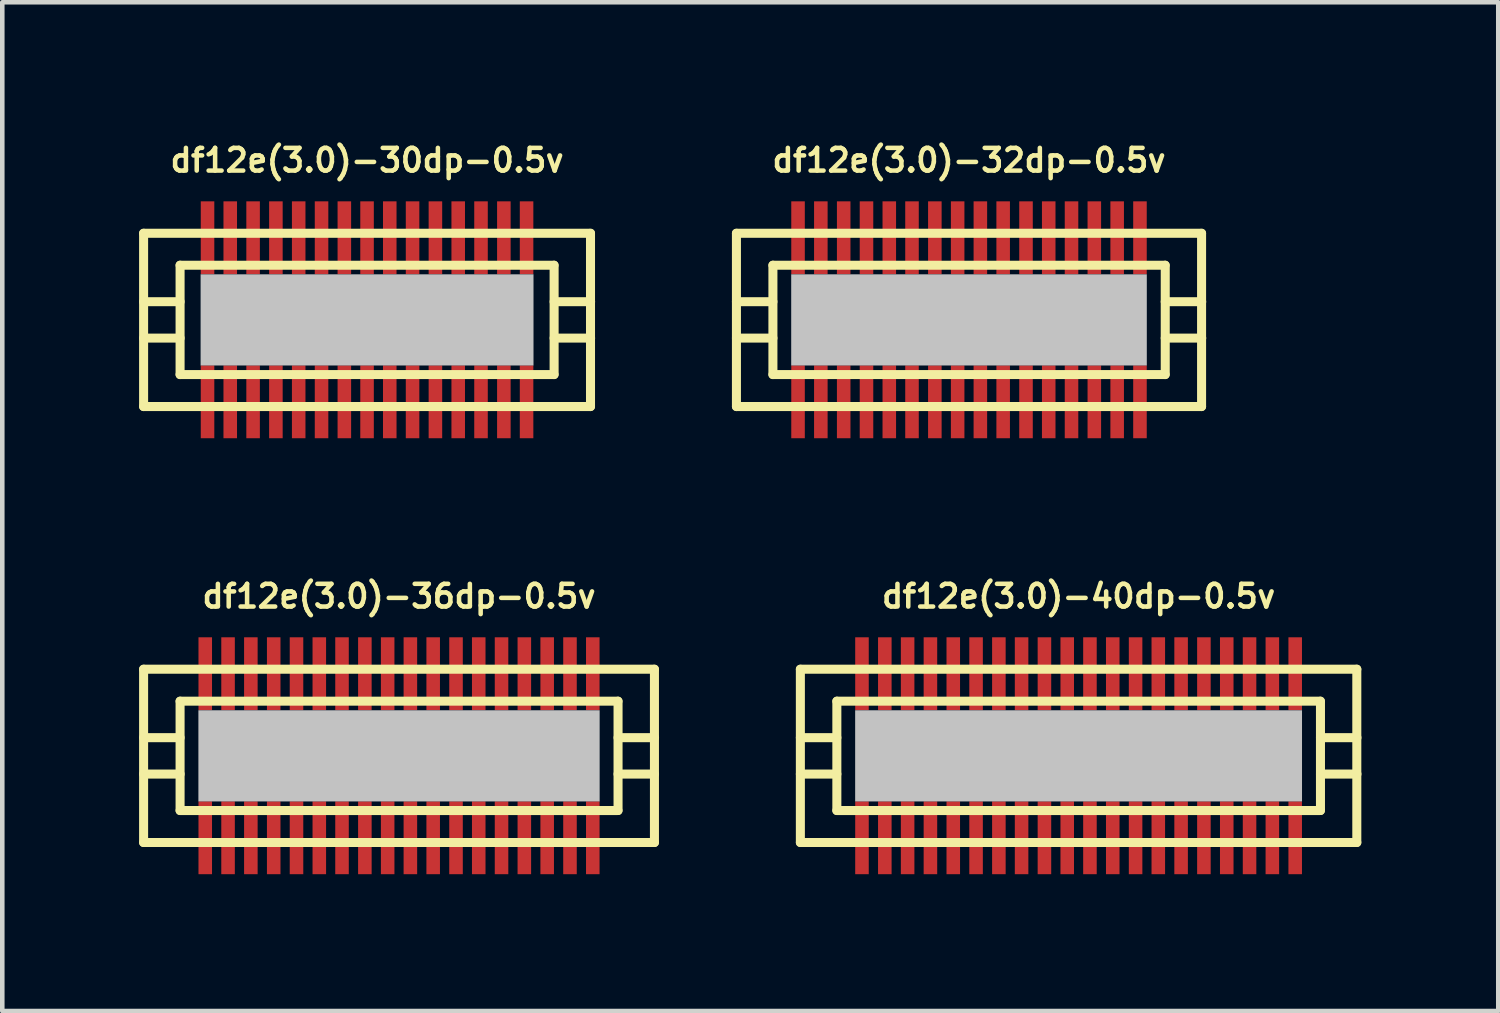
<source format=kicad_pcb>
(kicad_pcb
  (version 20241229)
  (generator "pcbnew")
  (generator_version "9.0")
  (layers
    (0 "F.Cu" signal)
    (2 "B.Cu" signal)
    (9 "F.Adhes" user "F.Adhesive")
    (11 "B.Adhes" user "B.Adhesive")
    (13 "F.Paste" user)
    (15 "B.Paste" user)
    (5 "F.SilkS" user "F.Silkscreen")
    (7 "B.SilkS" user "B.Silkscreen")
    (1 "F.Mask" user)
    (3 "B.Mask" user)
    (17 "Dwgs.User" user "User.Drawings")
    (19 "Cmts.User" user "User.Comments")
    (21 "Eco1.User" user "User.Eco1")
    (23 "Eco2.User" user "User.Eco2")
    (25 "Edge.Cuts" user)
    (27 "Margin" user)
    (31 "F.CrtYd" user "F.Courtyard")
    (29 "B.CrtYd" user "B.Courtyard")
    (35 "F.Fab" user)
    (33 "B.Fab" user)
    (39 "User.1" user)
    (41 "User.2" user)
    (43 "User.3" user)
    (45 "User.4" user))
  (footprint "df12e(3.0)-30dp-0.5v"
    (layer "F.Cu")
    (at 4.999 3.965)
    (property "Reference" "df12e(3.0)-30dp-0.5v" (at 0 -3.5 0) (layer "F.SilkS") (effects (font (size 0.498 0.498) (thickness 0.099))))
    (attr smd)
    (fp_line (start -4.9 -1.9) (end -4.9 1.9) (stroke (width 0.198) (type solid)) (layer "F.SilkS"))
    (fp_line (start -4.9 -1.9) (end 4.9 -1.9) (stroke (width 0.198) (type solid)) (layer "F.SilkS"))
    (fp_line (start -4.1 -0.399) (end -4.9 -0.399) (stroke (width 0.198) (type solid)) (layer "F.SilkS"))
    (fp_line (start -4.1 0.399) (end -4.9 0.399) (stroke (width 0.198) (type solid)) (layer "F.SilkS"))
    (fp_line (start -4.1 1.199) (end -4.1 -1.199) (stroke (width 0.198) (type solid)) (layer "F.SilkS"))
    (fp_line (start -4.1 1.199) (end 4.1 1.199) (stroke (width 0.198) (type solid)) (layer "F.SilkS"))
    (fp_line (start 4.1 -1.199) (end -4.1 -1.199) (stroke (width 0.198) (type solid)) (layer "F.SilkS"))
    (fp_line (start 4.102 -1.199) (end 4.102 1.199) (stroke (width 0.198) (type solid)) (layer "F.SilkS"))
    (fp_line (start 4.102 -0.399) (end 4.902 -0.399) (stroke (width 0.198) (type solid)) (layer "F.SilkS"))
    (fp_line (start 4.9 1.9) (end -4.9 1.9) (stroke (width 0.198) (type solid)) (layer "F.SilkS"))
    (fp_line (start 4.9 1.9) (end 4.9 -1.9) (stroke (width 0.198) (type solid)) (layer "F.SilkS"))
    (fp_line (start 4.902 0.399) (end 4.102 0.399) (stroke (width 0.198) (type solid)) (layer "F.SilkS"))
    (pad "" smd rect (at 0 0) (size 7.3 1.999) (layers "Dwgs.User"))
    (pad "1" smd rect (at 3.498 1.796) (size 0.297 1.598) (layers "F.Cu" "F.Mask" "F.Paste"))
    (pad "2" smd rect (at 3 1.796) (size 0.297 1.598) (layers "F.Cu" "F.Mask" "F.Paste"))
    (pad "3" smd rect (at 2.499 1.796) (size 0.297 1.598) (layers "F.Cu" "F.Mask" "F.Paste"))
    (pad "4" smd rect (at 1.999 1.796) (size 0.297 1.598) (layers "F.Cu" "F.Mask" "F.Paste"))
    (pad "5" smd rect (at 1.499 1.796) (size 0.297 1.598) (layers "F.Cu" "F.Mask" "F.Paste"))
    (pad "6" smd rect (at 0.998 1.796) (size 0.297 1.598) (layers "F.Cu" "F.Mask" "F.Paste"))
    (pad "7" smd rect (at 0.498 1.796) (size 0.297 1.598) (layers "F.Cu" "F.Mask" "F.Paste"))
    (pad "8" smd rect (at 0 1.796) (size 0.297 1.598) (layers "F.Cu" "F.Mask" "F.Paste"))
    (pad "9" smd rect (at -0.498 1.796) (size 0.297 1.598) (layers "F.Cu" "F.Mask" "F.Paste"))
    (pad "10" smd rect (at -0.998 1.796) (size 0.297 1.598) (layers "F.Cu" "F.Mask" "F.Paste"))
    (pad "11" smd rect (at -1.499 1.796) (size 0.297 1.598) (layers "F.Cu" "F.Mask" "F.Paste"))
    (pad "12" smd rect (at -1.999 1.796) (size 0.297 1.598) (layers "F.Cu" "F.Mask" "F.Paste"))
    (pad "13" smd rect (at -2.499 1.796) (size 0.297 1.598) (layers "F.Cu" "F.Mask" "F.Paste"))
    (pad "14" smd rect (at -3 1.796) (size 0.297 1.598) (layers "F.Cu" "F.Mask" "F.Paste"))
    (pad "15" smd rect (at -3.498 1.796) (size 0.297 1.598) (layers "F.Cu" "F.Mask" "F.Paste"))
    (pad "16" smd rect (at -3.498 -1.801) (size 0.297 1.598) (layers "F.Cu" "F.Mask" "F.Paste"))
    (pad "17" smd rect (at -3 -1.801) (size 0.297 1.598) (layers "F.Cu" "F.Mask" "F.Paste"))
    (pad "18" smd rect (at -2.499 -1.801) (size 0.297 1.598) (layers "F.Cu" "F.Mask" "F.Paste"))
    (pad "19" smd rect (at -1.999 -1.801) (size 0.297 1.598) (layers "F.Cu" "F.Mask" "F.Paste"))
    (pad "20" smd rect (at -1.499 -1.801) (size 0.297 1.598) (layers "F.Cu" "F.Mask" "F.Paste"))
    (pad "21" smd rect (at -0.998 -1.801) (size 0.297 1.598) (layers "F.Cu" "F.Mask" "F.Paste"))
    (pad "22" smd rect (at -0.498 -1.801) (size 0.297 1.598) (layers "F.Cu" "F.Mask" "F.Paste"))
    (pad "23" smd rect (at 0 -1.801) (size 0.297 1.598) (layers "F.Cu" "F.Mask" "F.Paste"))
    (pad "24" smd rect (at 0.498 -1.801) (size 0.297 1.598) (layers "F.Cu" "F.Mask" "F.Paste"))
    (pad "25" smd rect (at 0.998 -1.801) (size 0.297 1.598) (layers "F.Cu" "F.Mask" "F.Paste"))
    (pad "26" smd rect (at 1.499 -1.801) (size 0.297 1.598) (layers "F.Cu" "F.Mask" "F.Paste"))
    (pad "27" smd rect (at 1.999 -1.801) (size 0.297 1.598) (layers "F.Cu" "F.Mask" "F.Paste"))
    (pad "28" smd rect (at 2.499 -1.801) (size 0.297 1.598) (layers "F.Cu" "F.Mask" "F.Paste"))
    (pad "29" smd rect (at 3 -1.801) (size 0.297 1.598) (layers "F.Cu" "F.Mask" "F.Paste"))
    (pad "30" smd rect (at 3.498 -1.801) (size 0.297 1.598) (layers "F.Cu" "F.Mask" "F.Paste")))
  (footprint "df12e(3.0)-36dp-0.5v"
    (layer "F.Cu")
    (at 5.7 13.525)
    (property "Reference" "df12e(3.0)-36dp-0.5v" (at 0 -3.5 0) (layer "F.SilkS") (effects (font (size 0.498 0.498) (thickness 0.099))))
    (attr smd)
    (fp_line (start -5.601 -1.9) (end -5.601 1.9) (stroke (width 0.198) (type solid)) (layer "F.SilkS"))
    (fp_line (start -5.601 -1.9) (end 5.601 -1.9) (stroke (width 0.198) (type solid)) (layer "F.SilkS"))
    (fp_line (start -4.801 -0.399) (end -5.601 -0.399) (stroke (width 0.198) (type solid)) (layer "F.SilkS"))
    (fp_line (start -4.801 0.399) (end -5.601 0.399) (stroke (width 0.198) (type solid)) (layer "F.SilkS"))
    (fp_line (start -4.801 1.199) (end -4.801 -1.199) (stroke (width 0.198) (type solid)) (layer "F.SilkS"))
    (fp_line (start -4.801 1.199) (end 4.801 1.199) (stroke (width 0.198) (type solid)) (layer "F.SilkS"))
    (fp_line (start 4.801 -1.199) (end -4.801 -1.199) (stroke (width 0.198) (type solid)) (layer "F.SilkS"))
    (fp_line (start 4.803 -1.199) (end 4.803 1.199) (stroke (width 0.198) (type solid)) (layer "F.SilkS"))
    (fp_line (start 4.803 -0.399) (end 5.603 -0.399) (stroke (width 0.198) (type solid)) (layer "F.SilkS"))
    (fp_line (start 5.601 1.9) (end -5.601 1.9) (stroke (width 0.198) (type solid)) (layer "F.SilkS"))
    (fp_line (start 5.601 1.9) (end 5.601 -1.9) (stroke (width 0.198) (type solid)) (layer "F.SilkS"))
    (fp_line (start 5.603 0.399) (end 4.803 0.399) (stroke (width 0.198) (type solid)) (layer "F.SilkS"))
    (pad "" smd rect (at 0 0) (size 8.799 1.999) (layers "Dwgs.User"))
    (pad "1" smd rect (at 4.249 1.796) (size 0.297 1.598) (layers "F.Cu" "F.Mask" "F.Paste"))
    (pad "2" smd rect (at 3.749 1.796) (size 0.297 1.598) (layers "F.Cu" "F.Mask" "F.Paste"))
    (pad "3" smd rect (at 3.249 1.796) (size 0.297 1.598) (layers "F.Cu" "F.Mask" "F.Paste"))
    (pad "4" smd rect (at 2.748 1.796) (size 0.297 1.598) (layers "F.Cu" "F.Mask" "F.Paste"))
    (pad "5" smd rect (at 2.248 1.796) (size 0.297 1.598) (layers "F.Cu" "F.Mask" "F.Paste"))
    (pad "6" smd rect (at 1.748 1.796) (size 0.297 1.598) (layers "F.Cu" "F.Mask" "F.Paste"))
    (pad "7" smd rect (at 1.25 1.796) (size 0.297 1.598) (layers "F.Cu" "F.Mask" "F.Paste"))
    (pad "8" smd rect (at 0.749 1.796) (size 0.297 1.598) (layers "F.Cu" "F.Mask" "F.Paste"))
    (pad "9" smd rect (at 0.249 1.796) (size 0.297 1.598) (layers "F.Cu" "F.Mask" "F.Paste"))
    (pad "10" smd rect (at -0.249 1.796) (size 0.297 1.598) (layers "F.Cu" "F.Mask" "F.Paste"))
    (pad "11" smd rect (at -0.749 1.796) (size 0.297 1.598) (layers "F.Cu" "F.Mask" "F.Paste"))
    (pad "12" smd rect (at -1.25 1.796) (size 0.297 1.598) (layers "F.Cu" "F.Mask" "F.Paste"))
    (pad "13" smd rect (at -1.748 1.796) (size 0.297 1.598) (layers "F.Cu" "F.Mask" "F.Paste"))
    (pad "14" smd rect (at -2.248 1.796) (size 0.297 1.598) (layers "F.Cu" "F.Mask" "F.Paste"))
    (pad "15" smd rect (at -2.748 1.796) (size 0.297 1.598) (layers "F.Cu" "F.Mask" "F.Paste"))
    (pad "16" smd rect (at -3.249 1.796) (size 0.297 1.598) (layers "F.Cu" "F.Mask" "F.Paste"))
    (pad "17" smd rect (at -3.749 1.796) (size 0.297 1.598) (layers "F.Cu" "F.Mask" "F.Paste"))
    (pad "18" smd rect (at -4.249 1.796) (size 0.297 1.598) (layers "F.Cu" "F.Mask" "F.Paste"))
    (pad "19" smd rect (at -4.249 -1.801) (size 0.297 1.598) (layers "F.Cu" "F.Mask" "F.Paste"))
    (pad "20" smd rect (at -3.749 -1.801) (size 0.297 1.598) (layers "F.Cu" "F.Mask" "F.Paste"))
    (pad "21" smd rect (at -3.249 -1.801) (size 0.297 1.598) (layers "F.Cu" "F.Mask" "F.Paste"))
    (pad "22" smd rect (at -2.748 -1.801) (size 0.297 1.598) (layers "F.Cu" "F.Mask" "F.Paste"))
    (pad "23" smd rect (at -2.248 -1.801) (size 0.297 1.598) (layers "F.Cu" "F.Mask" "F.Paste"))
    (pad "24" smd rect (at -1.748 -1.801) (size 0.297 1.598) (layers "F.Cu" "F.Mask" "F.Paste"))
    (pad "25" smd rect (at -1.25 -1.801) (size 0.297 1.598) (layers "F.Cu" "F.Mask" "F.Paste"))
    (pad "26" smd rect (at -0.749 -1.801) (size 0.297 1.598) (layers "F.Cu" "F.Mask" "F.Paste"))
    (pad "27" smd rect (at -0.249 -1.801) (size 0.297 1.598) (layers "F.Cu" "F.Mask" "F.Paste"))
    (pad "28" smd rect (at 0.249 -1.801) (size 0.297 1.598) (layers "F.Cu" "F.Mask" "F.Paste"))
    (pad "29" smd rect (at 0.749 -1.801) (size 0.297 1.598) (layers "F.Cu" "F.Mask" "F.Paste"))
    (pad "30" smd rect (at 1.25 -1.801) (size 0.297 1.598) (layers "F.Cu" "F.Mask" "F.Paste"))
    (pad "31" smd rect (at 1.748 -1.801) (size 0.297 1.598) (layers "F.Cu" "F.Mask" "F.Paste"))
    (pad "32" smd rect (at 2.248 -1.801) (size 0.297 1.598) (layers "F.Cu" "F.Mask" "F.Paste"))
    (pad "33" smd rect (at 2.748 -1.801) (size 0.297 1.598) (layers "F.Cu" "F.Mask" "F.Paste"))
    (pad "34" smd rect (at 3.249 -1.801) (size 0.297 1.598) (layers "F.Cu" "F.Mask" "F.Paste"))
    (pad "35" smd rect (at 3.749 -1.801) (size 0.297 1.598) (layers "F.Cu" "F.Mask" "F.Paste"))
    (pad "36" smd rect (at 4.249 -1.801) (size 0.297 1.598) (layers "F.Cu" "F.Mask" "F.Paste")))
  (footprint "df12e(3.0)-40dp-0.5v"
    (layer "F.Cu")
    (at 20.602 13.525)
    (property "Reference" "df12e(3.0)-40dp-0.5v" (at 0 -3.5 0) (layer "F.SilkS") (effects (font (size 0.498 0.498) (thickness 0.099))))
    (attr smd)
    (fp_line (start -6.101 -1.9) (end -6.101 1.9) (stroke (width 0.198) (type solid)) (layer "F.SilkS"))
    (fp_line (start -6.101 1.9) (end 6.101 1.9) (stroke (width 0.198) (type solid)) (layer "F.SilkS"))
    (fp_line (start -5.301 -1.199) (end 5.301 -1.199) (stroke (width 0.198) (type solid)) (layer "F.SilkS"))
    (fp_line (start -5.301 -0.399) (end -6.101 -0.399) (stroke (width 0.198) (type solid)) (layer "F.SilkS"))
    (fp_line (start -5.301 0.399) (end -6.101 0.399) (stroke (width 0.198) (type solid)) (layer "F.SilkS"))
    (fp_line (start -5.301 1.199) (end -5.301 -1.199) (stroke (width 0.198) (type solid)) (layer "F.SilkS"))
    (fp_line (start 5.301 1.199) (end -5.301 1.199) (stroke (width 0.198) (type solid)) (layer "F.SilkS"))
    (fp_line (start 5.304 -1.199) (end 5.304 1.199) (stroke (width 0.198) (type solid)) (layer "F.SilkS"))
    (fp_line (start 5.304 -0.399) (end 6.104 -0.399) (stroke (width 0.198) (type solid)) (layer "F.SilkS"))
    (fp_line (start 6.101 -1.9) (end -6.101 -1.9) (stroke (width 0.198) (type solid)) (layer "F.SilkS"))
    (fp_line (start 6.101 1.9) (end 6.101 -1.9) (stroke (width 0.198) (type solid)) (layer "F.SilkS"))
    (fp_line (start 6.104 0.399) (end 5.304 0.399) (stroke (width 0.198) (type solid)) (layer "F.SilkS"))
    (pad "" smd rect (at 0 0) (size 9.799 1.999) (layers "Dwgs.User"))
    (pad "1" smd rect (at 4.75 1.796) (size 0.297 1.598) (layers "F.Cu" "F.Mask" "F.Paste"))
    (pad "2" smd rect (at 4.249 1.796) (size 0.297 1.598) (layers "F.Cu" "F.Mask" "F.Paste"))
    (pad "3" smd rect (at 3.749 1.796) (size 0.297 1.598) (layers "F.Cu" "F.Mask" "F.Paste"))
    (pad "4" smd rect (at 3.249 1.796) (size 0.297 1.598) (layers "F.Cu" "F.Mask" "F.Paste"))
    (pad "5" smd rect (at 2.748 1.796) (size 0.297 1.598) (layers "F.Cu" "F.Mask" "F.Paste"))
    (pad "6" smd rect (at 2.248 1.796) (size 0.297 1.598) (layers "F.Cu" "F.Mask" "F.Paste"))
    (pad "7" smd rect (at 1.748 1.796) (size 0.297 1.598) (layers "F.Cu" "F.Mask" "F.Paste"))
    (pad "8" smd rect (at 1.25 1.796) (size 0.297 1.598) (layers "F.Cu" "F.Mask" "F.Paste"))
    (pad "9" smd rect (at 0.749 1.796) (size 0.297 1.598) (layers "F.Cu" "F.Mask" "F.Paste"))
    (pad "10" smd rect (at 0.249 1.796) (size 0.297 1.598) (layers "F.Cu" "F.Mask" "F.Paste"))
    (pad "11" smd rect (at -0.249 1.796) (size 0.297 1.598) (layers "F.Cu" "F.Mask" "F.Paste"))
    (pad "12" smd rect (at -0.749 1.796) (size 0.297 1.598) (layers "F.Cu" "F.Mask" "F.Paste"))
    (pad "13" smd rect (at -1.25 1.796) (size 0.297 1.598) (layers "F.Cu" "F.Mask" "F.Paste"))
    (pad "14" smd rect (at -1.748 1.796) (size 0.297 1.598) (layers "F.Cu" "F.Mask" "F.Paste"))
    (pad "15" smd rect (at -2.248 1.796) (size 0.297 1.598) (layers "F.Cu" "F.Mask" "F.Paste"))
    (pad "16" smd rect (at -2.748 1.796) (size 0.297 1.598) (layers "F.Cu" "F.Mask" "F.Paste"))
    (pad "17" smd rect (at -3.249 1.796) (size 0.297 1.598) (layers "F.Cu" "F.Mask" "F.Paste"))
    (pad "18" smd rect (at -3.749 1.796) (size 0.297 1.598) (layers "F.Cu" "F.Mask" "F.Paste"))
    (pad "19" smd rect (at -4.249 1.796) (size 0.297 1.598) (layers "F.Cu" "F.Mask" "F.Paste"))
    (pad "20" smd rect (at -4.75 1.796) (size 0.297 1.598) (layers "F.Cu" "F.Mask" "F.Paste"))
    (pad "21" smd rect (at -4.75 -1.801) (size 0.297 1.598) (layers "F.Cu" "F.Mask" "F.Paste"))
    (pad "22" smd rect (at -4.249 -1.801) (size 0.297 1.598) (layers "F.Cu" "F.Mask" "F.Paste"))
    (pad "23" smd rect (at -3.749 -1.801) (size 0.297 1.598) (layers "F.Cu" "F.Mask" "F.Paste"))
    (pad "24" smd rect (at -3.249 -1.801) (size 0.297 1.598) (layers "F.Cu" "F.Mask" "F.Paste"))
    (pad "25" smd rect (at -2.748 -1.801) (size 0.297 1.598) (layers "F.Cu" "F.Mask" "F.Paste"))
    (pad "26" smd rect (at -2.248 -1.801) (size 0.297 1.598) (layers "F.Cu" "F.Mask" "F.Paste"))
    (pad "27" smd rect (at -1.748 -1.801) (size 0.297 1.598) (layers "F.Cu" "F.Mask" "F.Paste"))
    (pad "28" smd rect (at -1.25 -1.801) (size 0.297 1.598) (layers "F.Cu" "F.Mask" "F.Paste"))
    (pad "29" smd rect (at -0.749 -1.801) (size 0.297 1.598) (layers "F.Cu" "F.Mask" "F.Paste"))
    (pad "30" smd rect (at -0.249 -1.801) (size 0.297 1.598) (layers "F.Cu" "F.Mask" "F.Paste"))
    (pad "31" smd rect (at 0.249 -1.801) (size 0.297 1.598) (layers "F.Cu" "F.Mask" "F.Paste"))
    (pad "32" smd rect (at 0.749 -1.801) (size 0.297 1.598) (layers "F.Cu" "F.Mask" "F.Paste"))
    (pad "33" smd rect (at 1.25 -1.801) (size 0.297 1.598) (layers "F.Cu" "F.Mask" "F.Paste"))
    (pad "34" smd rect (at 1.748 -1.801) (size 0.297 1.598) (layers "F.Cu" "F.Mask" "F.Paste"))
    (pad "35" smd rect (at 2.248 -1.801) (size 0.297 1.598) (layers "F.Cu" "F.Mask" "F.Paste"))
    (pad "36" smd rect (at 2.748 -1.801) (size 0.297 1.598) (layers "F.Cu" "F.Mask" "F.Paste"))
    (pad "37" smd rect (at 3.249 -1.801) (size 0.297 1.598) (layers "F.Cu" "F.Mask" "F.Paste"))
    (pad "38" smd rect (at 3.749 -1.801) (size 0.297 1.598) (layers "F.Cu" "F.Mask" "F.Paste"))
    (pad "39" smd rect (at 4.249 -1.801) (size 0.297 1.598) (layers "F.Cu" "F.Mask" "F.Paste"))
    (pad "40" smd rect (at 4.75 -1.801) (size 0.297 1.598) (layers "F.Cu" "F.Mask" "F.Paste")))
  (footprint "df12e(3.0)-32dp-0.5v"
    (layer "F.Cu")
    (at 18.199 3.965)
    (property "Reference" "df12e(3.0)-32dp-0.5v" (at 0 -3.5 0) (layer "F.SilkS") (effects (font (size 0.498 0.498) (thickness 0.099))))
    (attr smd)
    (fp_line (start -5.1 -1.9) (end -5.1 1.9) (stroke (width 0.198) (type solid)) (layer "F.SilkS"))
    (fp_line (start -5.1 -1.9) (end 5.1 -1.9) (stroke (width 0.198) (type solid)) (layer "F.SilkS"))
    (fp_line (start -4.3 -0.399) (end -5.1 -0.399) (stroke (width 0.198) (type solid)) (layer "F.SilkS"))
    (fp_line (start -4.3 0.399) (end -5.1 0.399) (stroke (width 0.198) (type solid)) (layer "F.SilkS"))
    (fp_line (start -4.3 1.199) (end -4.3 -1.199) (stroke (width 0.198) (type solid)) (layer "F.SilkS"))
    (fp_line (start -4.3 1.199) (end 4.3 1.199) (stroke (width 0.198) (type solid)) (layer "F.SilkS"))
    (fp_line (start 4.3 -1.199) (end -4.3 -1.199) (stroke (width 0.198) (type solid)) (layer "F.SilkS"))
    (fp_line (start 4.303 -1.199) (end 4.303 1.199) (stroke (width 0.198) (type solid)) (layer "F.SilkS"))
    (fp_line (start 4.303 -0.399) (end 5.103 -0.399) (stroke (width 0.198) (type solid)) (layer "F.SilkS"))
    (fp_line (start 5.1 1.9) (end -5.1 1.9) (stroke (width 0.198) (type solid)) (layer "F.SilkS"))
    (fp_line (start 5.1 1.9) (end 5.1 -1.9) (stroke (width 0.198) (type solid)) (layer "F.SilkS"))
    (fp_line (start 5.103 0.399) (end 4.303 0.399) (stroke (width 0.198) (type solid)) (layer "F.SilkS"))
    (pad "" smd rect (at 0 0) (size 7.798 1.999) (layers "Dwgs.User"))
    (pad "1" smd rect (at 3.749 1.796) (size 0.297 1.598) (layers "F.Cu" "F.Mask" "F.Paste"))
    (pad "2" smd rect (at 3.249 1.796) (size 0.297 1.598) (layers "F.Cu" "F.Mask" "F.Paste"))
    (pad "3" smd rect (at 2.748 1.796) (size 0.297 1.598) (layers "F.Cu" "F.Mask" "F.Paste"))
    (pad "4" smd rect (at 2.248 1.796) (size 0.297 1.598) (layers "F.Cu" "F.Mask" "F.Paste"))
    (pad "5" smd rect (at 1.748 1.796) (size 0.297 1.598) (layers "F.Cu" "F.Mask" "F.Paste"))
    (pad "6" smd rect (at 1.25 1.796) (size 0.297 1.598) (layers "F.Cu" "F.Mask" "F.Paste"))
    (pad "7" smd rect (at 0.749 1.796) (size 0.297 1.598) (layers "F.Cu" "F.Mask" "F.Paste"))
    (pad "8" smd rect (at 0.249 1.796) (size 0.297 1.598) (layers "F.Cu" "F.Mask" "F.Paste"))
    (pad "9" smd rect (at -0.249 1.796) (size 0.297 1.598) (layers "F.Cu" "F.Mask" "F.Paste"))
    (pad "10" smd rect (at -0.749 1.796) (size 0.297 1.598) (layers "F.Cu" "F.Mask" "F.Paste"))
    (pad "11" smd rect (at -1.25 1.796) (size 0.297 1.598) (layers "F.Cu" "F.Mask" "F.Paste"))
    (pad "12" smd rect (at -1.748 1.796) (size 0.297 1.598) (layers "F.Cu" "F.Mask" "F.Paste"))
    (pad "13" smd rect (at -2.248 1.796) (size 0.297 1.598) (layers "F.Cu" "F.Mask" "F.Paste"))
    (pad "14" smd rect (at -2.748 1.796) (size 0.297 1.598) (layers "F.Cu" "F.Mask" "F.Paste"))
    (pad "15" smd rect (at -3.249 1.796) (size 0.297 1.598) (layers "F.Cu" "F.Mask" "F.Paste"))
    (pad "16" smd rect (at -3.749 1.796) (size 0.297 1.598) (layers "F.Cu" "F.Mask" "F.Paste"))
    (pad "17" smd rect (at -3.749 -1.801) (size 0.297 1.598) (layers "F.Cu" "F.Mask" "F.Paste"))
    (pad "18" smd rect (at -3.249 -1.801) (size 0.297 1.598) (layers "F.Cu" "F.Mask" "F.Paste"))
    (pad "19" smd rect (at -2.748 -1.801) (size 0.297 1.598) (layers "F.Cu" "F.Mask" "F.Paste"))
    (pad "20" smd rect (at -2.248 -1.801) (size 0.297 1.598) (layers "F.Cu" "F.Mask" "F.Paste"))
    (pad "21" smd rect (at -1.748 -1.801) (size 0.297 1.598) (layers "F.Cu" "F.Mask" "F.Paste"))
    (pad "22" smd rect (at -1.25 -1.801) (size 0.297 1.598) (layers "F.Cu" "F.Mask" "F.Paste"))
    (pad "23" smd rect (at -0.749 -1.801) (size 0.297 1.598) (layers "F.Cu" "F.Mask" "F.Paste"))
    (pad "24" smd rect (at -0.249 -1.801) (size 0.297 1.598) (layers "F.Cu" "F.Mask" "F.Paste"))
    (pad "25" smd rect (at 0.249 -1.801) (size 0.297 1.598) (layers "F.Cu" "F.Mask" "F.Paste"))
    (pad "26" smd rect (at 0.749 -1.801) (size 0.297 1.598) (layers "F.Cu" "F.Mask" "F.Paste"))
    (pad "27" smd rect (at 1.25 -1.801) (size 0.297 1.598) (layers "F.Cu" "F.Mask" "F.Paste"))
    (pad "28" smd rect (at 1.748 -1.801) (size 0.297 1.598) (layers "F.Cu" "F.Mask" "F.Paste"))
    (pad "29" smd rect (at 2.248 -1.801) (size 0.297 1.598) (layers "F.Cu" "F.Mask" "F.Paste"))
    (pad "30" smd rect (at 2.748 -1.801) (size 0.297 1.598) (layers "F.Cu" "F.Mask" "F.Paste"))
    (pad "31" smd rect (at 3.249 -1.801) (size 0.297 1.598) (layers "F.Cu" "F.Mask" "F.Paste"))
    (pad "32" smd rect (at 3.749 -1.801) (size 0.297 1.598) (layers "F.Cu" "F.Mask" "F.Paste")))
  (gr_rect
    (start -3 -3)
    (end 29.805 19.12)
    (stroke (width 0.1) (type default))
    (fill no)
    (layer "Edge.Cuts")))
</source>
